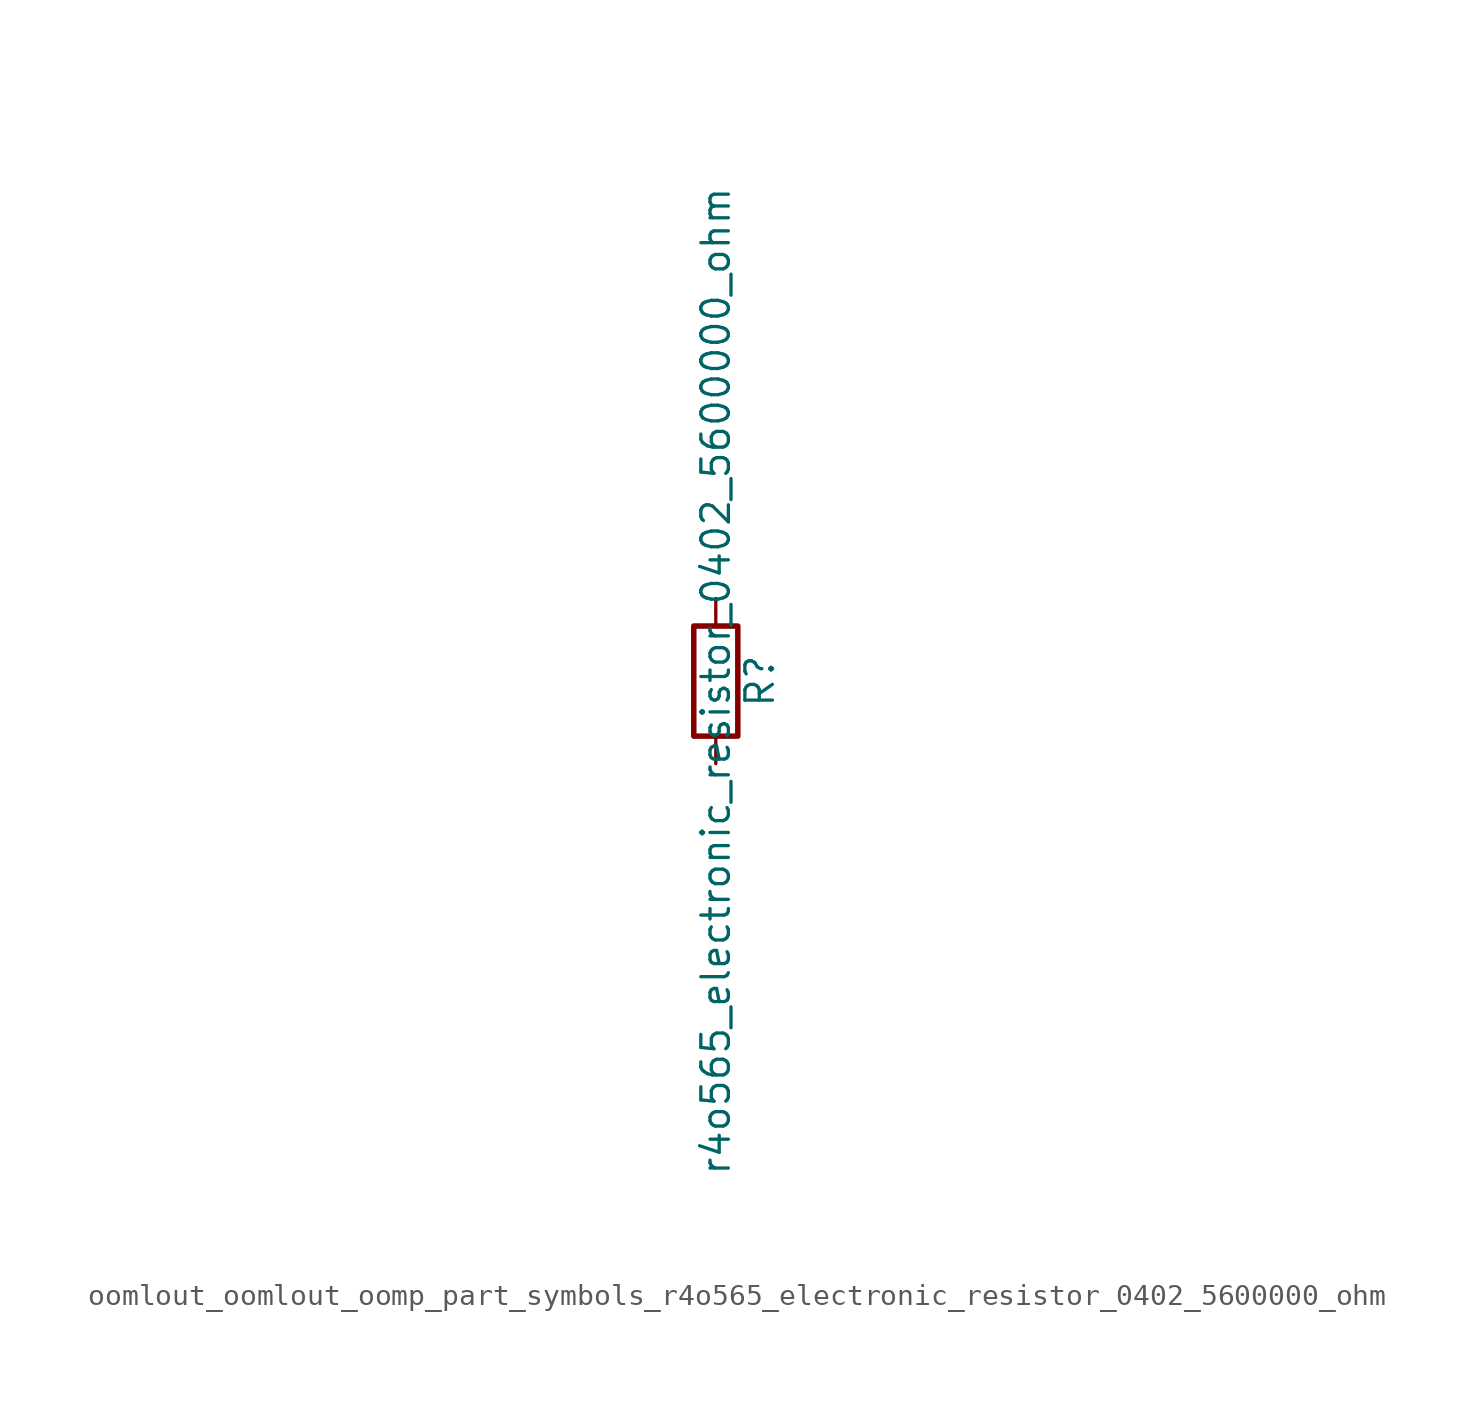
<source format=kicad_sym>
(kicad_symbol_lib
  (version 20220914)
  (generator kicad_symbol_editor)
  (symbol "oomlout_oomlout_oomp_part_symbols_r4o565_electronic_resistor_0402_5600000_ohm"
    (pin_numbers hide)
    (pin_names
      (offset 0))
    (property "Reference" "R"
      (at 2.032 0 90)
      (effects (font (size 1.27 1.27))))
    (property "Value" "r4o565_electronic_resistor_0402_5600000_ohm"
      (at 0 0 90)
      (effects (font (size 1.27 1.27))))
    (symbol "oomlout_oomlout_oomp_part_symbols_r4o565_electronic_resistor_0402_5600000_ohm_0_1"
      (rectangle (start -1.016 -2.54) (end 1.016 2.54) (stroke (width 0.254) (type default)) (fill (type none))))
    (symbol "oomlout_oomlout_oomp_part_symbols_r4o565_electronic_resistor_0402_5600000_ohm_1_1"
      (pin passive line (at 0 3.81 270) (length 1.27) (name "~" (effects (font (size 1.27 1.27)))) (number "1" (effects (font (size 1.27 1.27)))))
      (pin passive line (at 0 -3.81 90) (length 1.27) (name "~" (effects (font (size 1.27 1.27)))) (number "2" (effects (font (size 1.27 1.27))))))))
</source>
